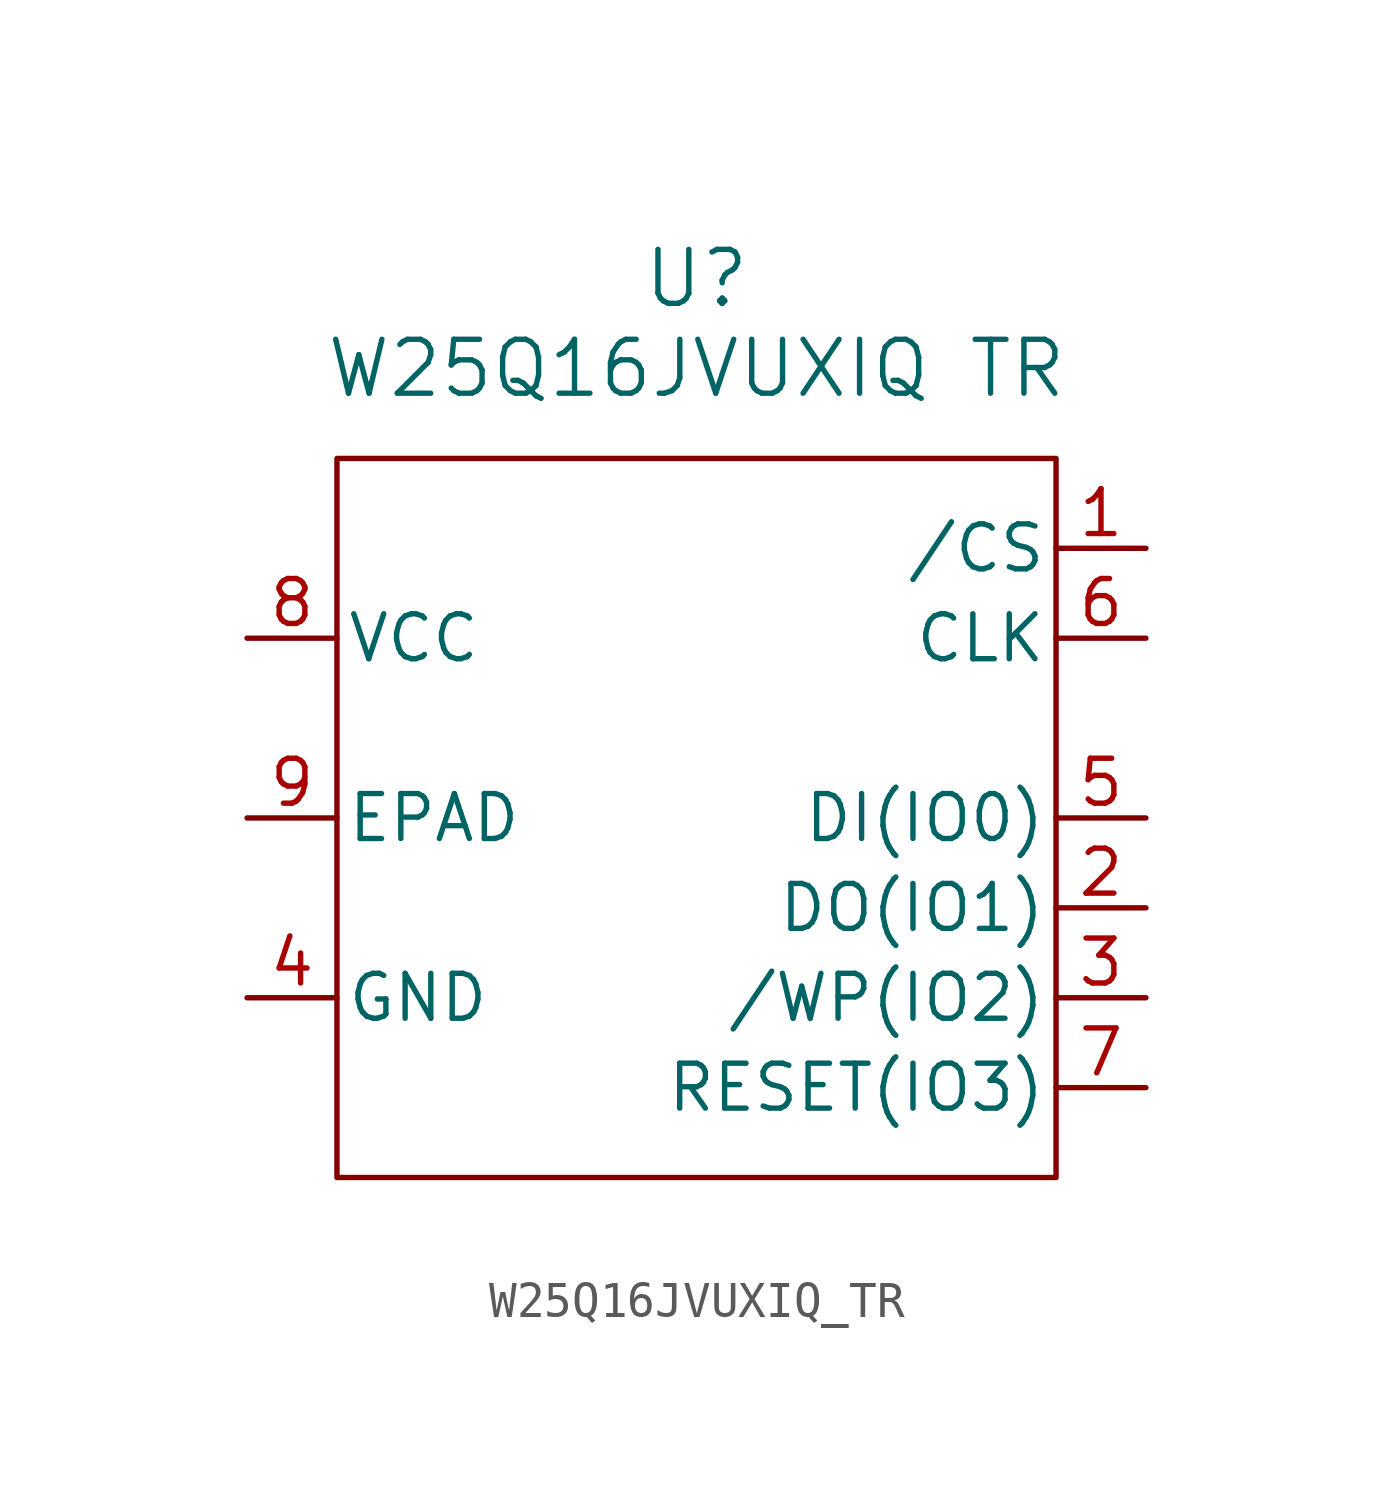
<source format=kicad_sym>
(kicad_symbol_lib
  (version 20241209)
  (generator "kicad_symbol_editor")
  (generator_version "9.0")
  (symbol "W25Q16JVUXIQ_TR"
    (pin_names
      (offset 0.254))
    (property "Reference" "U"
      (at 0 15.24 0)
      (effects (font (size 1.524 1.524))))
    (property "Value" "W25Q16JVUXIQ TR"
      (at 0 12.7 0)
      (effects (font (size 1.524 1.524))))
    (property "ki_locked" ""
      (at 0 0 0)
      (effects (font (size 1.27 1.27))))
    (symbol "W25Q16JVUXIQ_TR_0_1"
      (pin power_in line (at -12.7 5.08 0) (length 2.54) (name "VCC" (effects (font (size 1.27 1.27)))) (number "8" (effects (font (size 1.27 1.27)))))
      (pin unspecified line (at -12.7 0 0) (length 2.54) (name "EPAD" (effects (font (size 1.27 1.27)))) (number "9" (effects (font (size 1.27 1.27)))))
      (pin input line (at 12.7 5.08 180) (length 2.54) (name "CLK" (effects (font (size 1.27 1.27)))) (number "6" (effects (font (size 1.27 1.27)))))
      (pin bidirectional line (at 12.7 0 180) (length 2.54) (name "DI(IO0)" (effects (font (size 1.27 1.27)))) (number "5" (effects (font (size 1.27 1.27))))))
    (symbol "W25Q16JVUXIQ_TR_1_1"
      (rectangle (start -10.16 10.16) (end 10.16 -10.16) (stroke (width 0) (type default)) (fill (type none)))
      (pin power_in line (at -12.7 -5.08 0) (length 2.54) (name "GND" (effects (font (size 1.27 1.27)))) (number "4" (effects (font (size 1.27 1.27)))))
      (pin input line (at 12.7 7.62 180) (length 2.54) (name "/CS" (effects (font (size 1.27 1.27)))) (number "1" (effects (font (size 1.27 1.27)))))
      (pin bidirectional line (at 12.7 -2.54 180) (length 2.54) (name "DO(IO1)" (effects (font (size 1.27 1.27)))) (number "2" (effects (font (size 1.27 1.27)))))
      (pin bidirectional line (at 12.7 -5.08 180) (length 2.54) (name "/WP(IO2)" (effects (font (size 1.27 1.27)))) (number "3" (effects (font (size 1.27 1.27)))))
      (pin bidirectional line (at 12.7 -7.62 180) (length 2.54) (name "RESET(IO3)" (effects (font (size 1.27 1.27)))) (number "7" (effects (font (size 1.27 1.27))))))))
</source>
